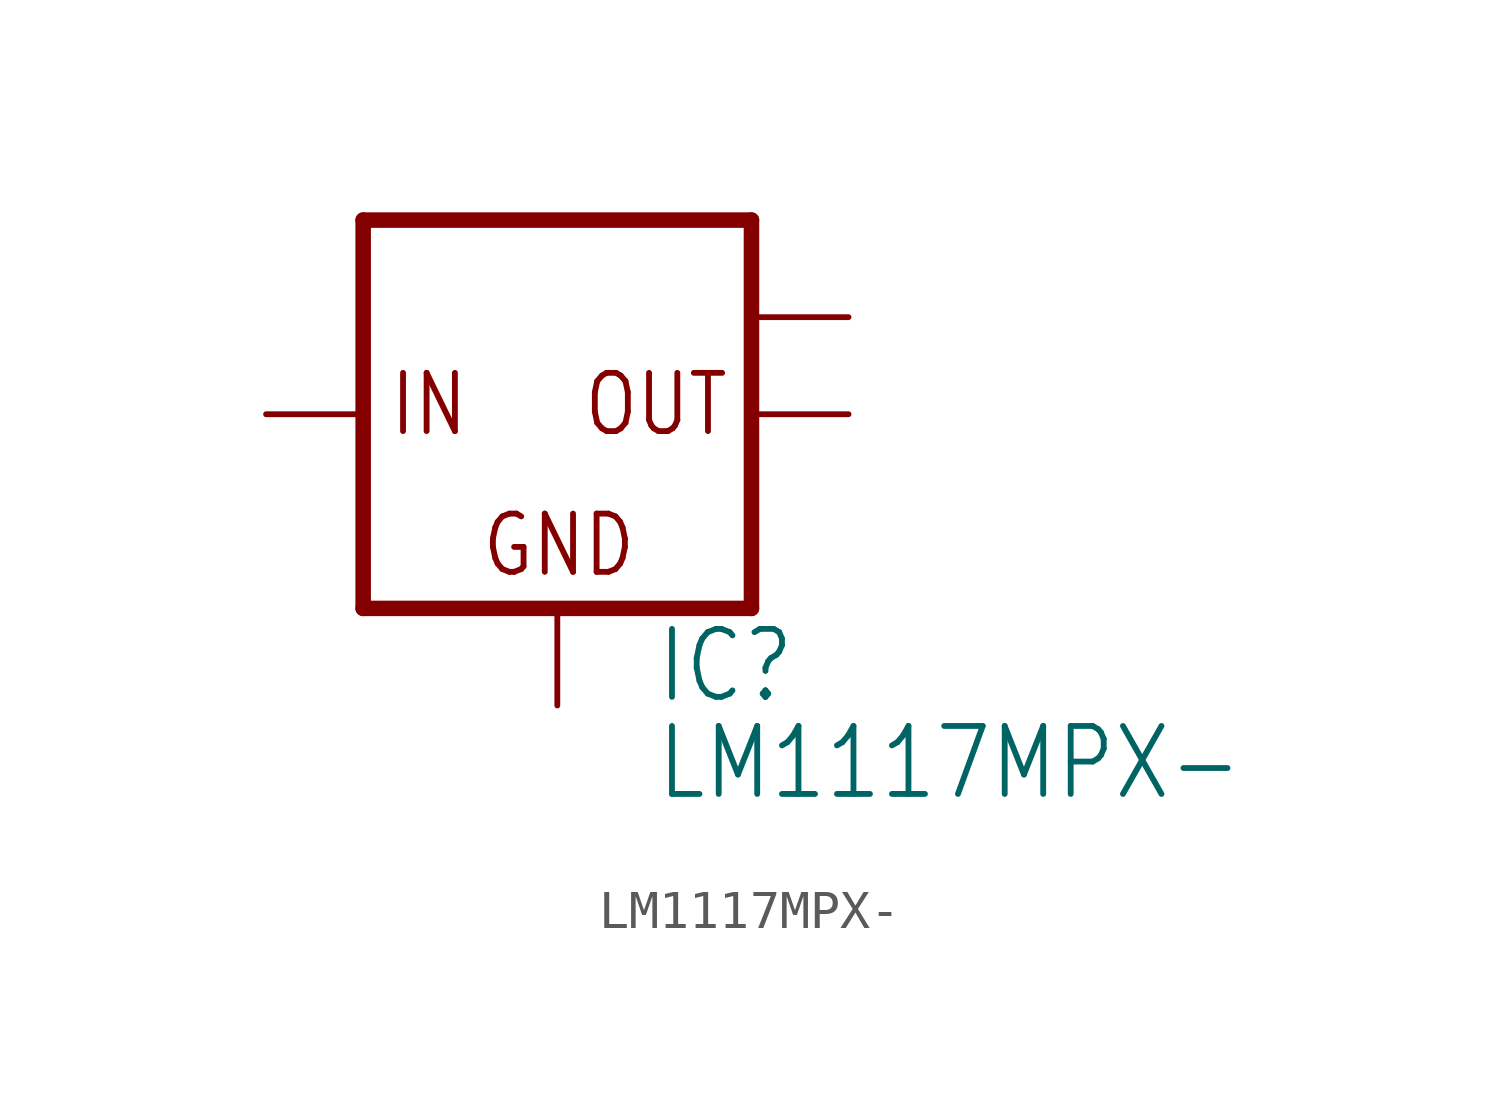
<source format=kicad_sym>
(kicad_symbol_lib
  (version 20211014)
  (generator kicad_symbol_editor)
  (symbol "LM1117MPX-"
    (property "Reference" "IC"
      (at 2.54 -7.62 0)
      (effects (font (size 1.778 1.511)) (justify left bottom)))
    (property "Value" "LM1117MPX-"
      (at 2.54 -10.16 0)
      (effects (font (size 1.778 1.511)) (justify left bottom)))
    (property "ki_locked" ""
      (at 0 0 0)
      (effects (font (size 1.27 1.27))))
    (symbol "LM1117MPX-_1_0"
      (polyline (pts (xy -5.08 -5.08) (xy 5.08 -5.08)) (stroke (width 0.406) (type default) (color 0 0 0 0)) (fill (type none)))
      (polyline (pts (xy -5.08 5.08) (xy -5.08 -5.08)) (stroke (width 0.406) (type default) (color 0 0 0 0)) (fill (type none)))
      (polyline (pts (xy 5.08 -5.08) (xy 5.08 5.08)) (stroke (width 0.406) (type default) (color 0 0 0 0)) (fill (type none)))
      (polyline (pts (xy 5.08 5.08) (xy -5.08 5.08)) (stroke (width 0.406) (type default) (color 0 0 0 0)) (fill (type none)))
      (text "GND" (at -2.032 -4.318 0) (effects (font (size 1.524 1.295)) (justify left bottom)))
      (text "IN" (at -4.445 -0.635 0) (effects (font (size 1.524 1.295)) (justify left bottom)))
      (text "OUT" (at 0.635 -0.635 0) (effects (font (size 1.524 1.295)) (justify left bottom)))
      (pin input line (at 0 -7.62 90) (length 2.54) (name "GND" (effects (font (size 0 0)))) (number "1" (effects (font (size 0 0)))))
      (pin passive line (at 7.62 0 180) (length 2.54) (name "OUT" (effects (font (size 0 0)))) (number "2" (effects (font (size 0 0)))))
      (pin input line (at -7.62 0 0) (length 2.54) (name "IN" (effects (font (size 0 0)))) (number "3" (effects (font (size 0 0)))))
      (pin passive line (at 7.62 2.54 180) (length 2.54) (name "OUT1" (effects (font (size 0 0)))) (number "TAB" (effects (font (size 0 0))))))))
</source>
